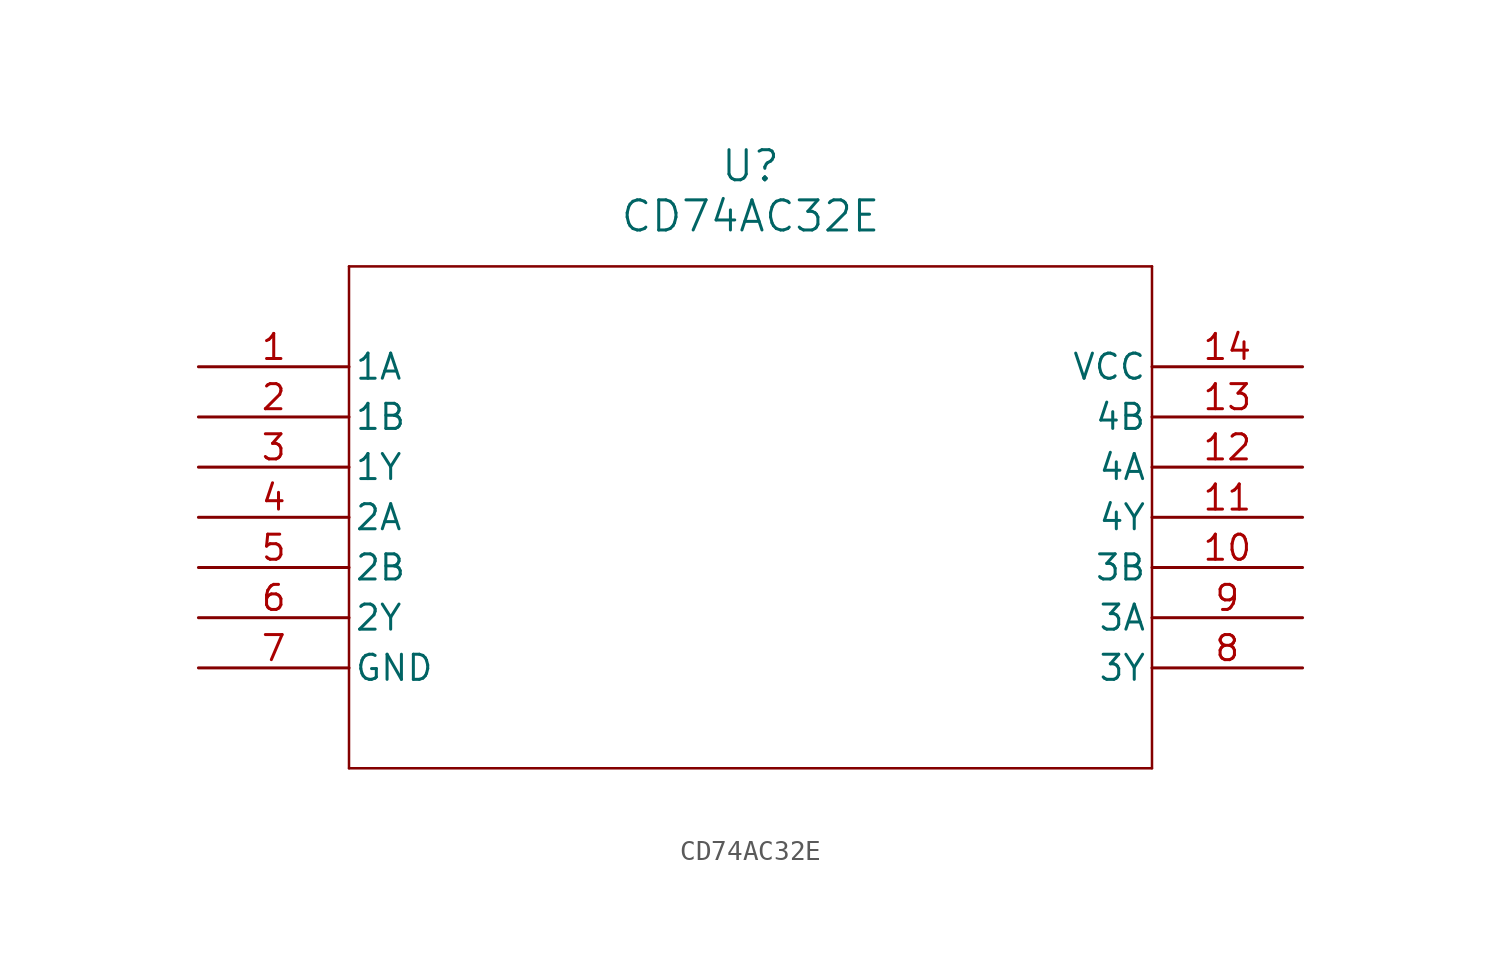
<source format=kicad_sym>
(kicad_symbol_lib
  (version 20211014)
  (generator kicad_symbol_editor)
  (symbol "CD74AC32E"
    (pin_names
      (offset 0.254))
    (property "Reference" "U"
      (at 27.94 10.16 0)
      (effects (font (size 1.524 1.524))))
    (property "Value" "CD74AC32E"
      (at 27.94 7.62 0)
      (effects (font (size 1.524 1.524))))
    (symbol "CD74AC32E_0_1"
      (polyline (pts (xy 7.62 5.08) (xy 7.62 -20.32)) (stroke (width 0.127) (type default) (color 0 0 0 0)) (fill (type none)))
      (polyline (pts (xy 7.62 -20.32) (xy 48.26 -20.32)) (stroke (width 0.127) (type default) (color 0 0 0 0)) (fill (type none)))
      (polyline (pts (xy 48.26 -20.32) (xy 48.26 5.08)) (stroke (width 0.127) (type default) (color 0 0 0 0)) (fill (type none)))
      (polyline (pts (xy 48.26 5.08) (xy 7.62 5.08)) (stroke (width 0.127) (type default) (color 0 0 0 0)) (fill (type none)))
      (pin input line (at 0 0 0) (length 7.62) (name "1A" (effects (font (size 1.27 1.27)))) (number "1" (effects (font (size 1.27 1.27)))))
      (pin input line (at 0 -2.54 0) (length 7.62) (name "1B" (effects (font (size 1.27 1.27)))) (number "2" (effects (font (size 1.27 1.27)))))
      (pin output line (at 0 -5.08 0) (length 7.62) (name "1Y" (effects (font (size 1.27 1.27)))) (number "3" (effects (font (size 1.27 1.27)))))
      (pin input line (at 0 -7.62 0) (length 7.62) (name "2A" (effects (font (size 1.27 1.27)))) (number "4" (effects (font (size 1.27 1.27)))))
      (pin input line (at 0 -10.16 0) (length 7.62) (name "2B" (effects (font (size 1.27 1.27)))) (number "5" (effects (font (size 1.27 1.27)))))
      (pin output line (at 0 -12.7 0) (length 7.62) (name "2Y" (effects (font (size 1.27 1.27)))) (number "6" (effects (font (size 1.27 1.27)))))
      (pin power_in line (at 0 -15.24 0) (length 7.62) (name "GND" (effects (font (size 1.27 1.27)))) (number "7" (effects (font (size 1.27 1.27)))))
      (pin output line (at 55.88 -15.24 180) (length 7.62) (name "3Y" (effects (font (size 1.27 1.27)))) (number "8" (effects (font (size 1.27 1.27)))))
      (pin input line (at 55.88 -12.7 180) (length 7.62) (name "3A" (effects (font (size 1.27 1.27)))) (number "9" (effects (font (size 1.27 1.27)))))
      (pin input line (at 55.88 -10.16 180) (length 7.62) (name "3B" (effects (font (size 1.27 1.27)))) (number "10" (effects (font (size 1.27 1.27)))))
      (pin output line (at 55.88 -7.62 180) (length 7.62) (name "4Y" (effects (font (size 1.27 1.27)))) (number "11" (effects (font (size 1.27 1.27)))))
      (pin input line (at 55.88 -5.08 180) (length 7.62) (name "4A" (effects (font (size 1.27 1.27)))) (number "12" (effects (font (size 1.27 1.27)))))
      (pin input line (at 55.88 -2.54 180) (length 7.62) (name "4B" (effects (font (size 1.27 1.27)))) (number "13" (effects (font (size 1.27 1.27)))))
      (pin power_in line (at 55.88 0 180) (length 7.62) (name "VCC" (effects (font (size 1.27 1.27)))) (number "14" (effects (font (size 1.27 1.27))))))))
</source>
